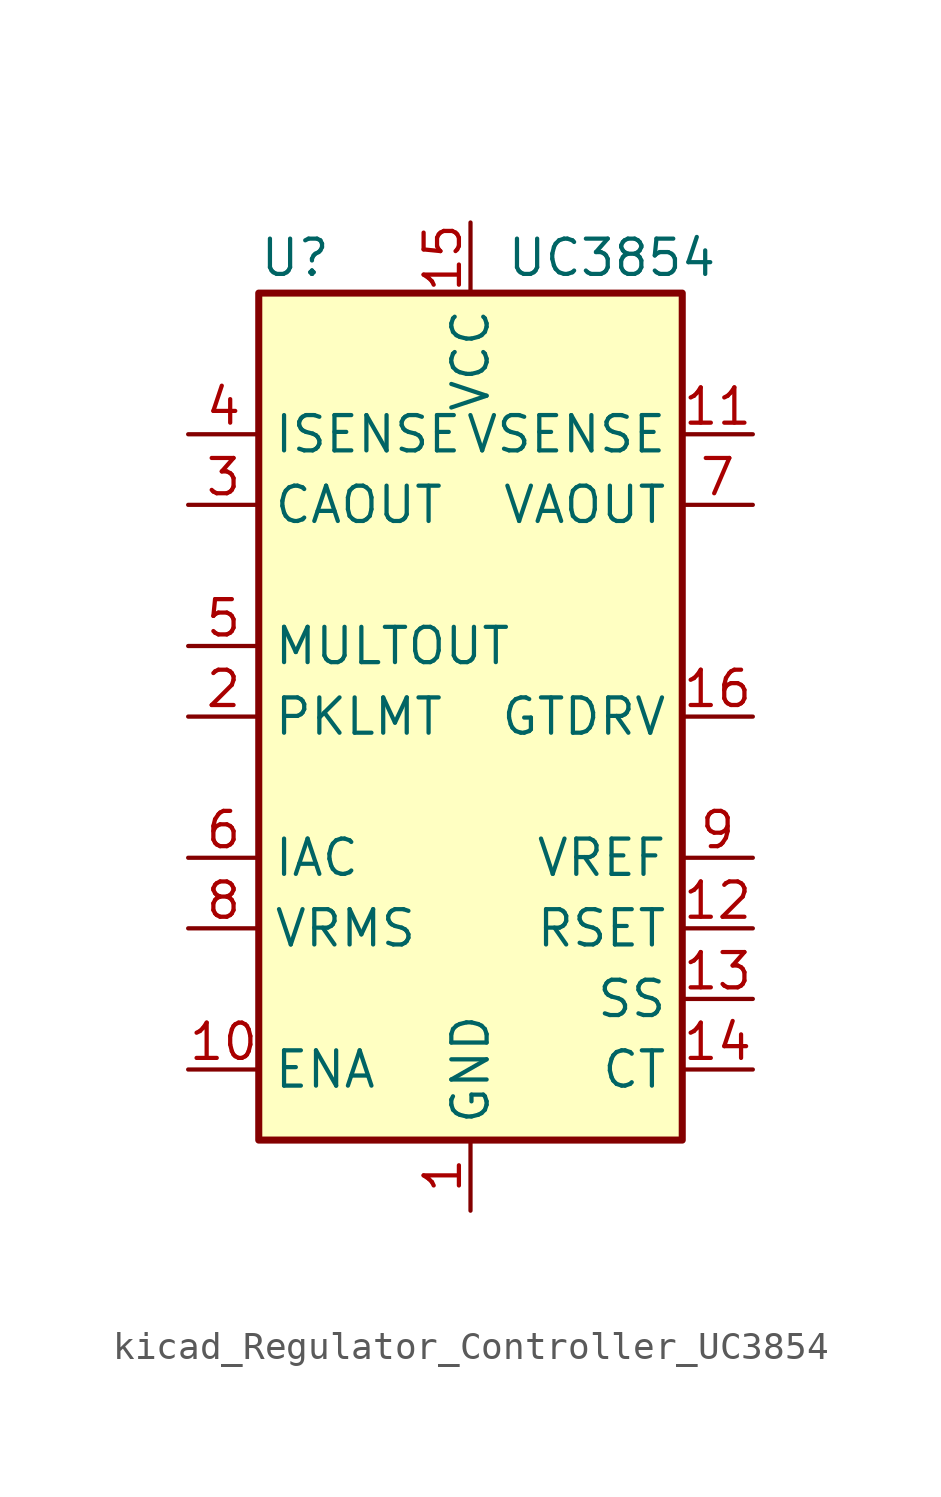
<source format=kicad_sym>
(kicad_symbol_lib
  (version 20220914)
  (generator kicad_symbol_editor)
  (symbol "kicad_Regulator_Controller_UC3854"
    (property "Reference" "U"
      (at -7.62 16.51 0)
      (effects (font (size 1.27 1.27)) (justify left)))
    (property "Value" "UC3854"
      (at 1.27 16.51 0)
      (effects (font (size 1.27 1.27)) (justify left)))
    (symbol "kicad_Regulator_Controller_UC3854_0_0"
      (rectangle (start -7.62 15.24) (end 7.62 -15.24) (stroke (width 0.254) (type default)) (fill (type background))))
    (symbol "kicad_Regulator_Controller_UC3854_1_1"
      (pin power_in line (at 0 -17.78 90) (length 2.54) (name "GND" (effects (font (size 1.27 1.27)))) (number "1" (effects (font (size 1.27 1.27)))))
      (pin input line (at -10.16 -12.7 0) (length 2.54) (name "ENA" (effects (font (size 1.27 1.27)))) (number "10" (effects (font (size 1.27 1.27)))))
      (pin input line (at 10.16 10.16 180) (length 2.54) (name "VSENSE" (effects (font (size 1.27 1.27)))) (number "11" (effects (font (size 1.27 1.27)))))
      (pin passive line (at 10.16 -7.62 180) (length 2.54) (name "RSET" (effects (font (size 1.27 1.27)))) (number "12" (effects (font (size 1.27 1.27)))))
      (pin passive line (at 10.16 -10.16 180) (length 2.54) (name "SS" (effects (font (size 1.27 1.27)))) (number "13" (effects (font (size 1.27 1.27)))))
      (pin passive line (at 10.16 -12.7 180) (length 2.54) (name "CT" (effects (font (size 1.27 1.27)))) (number "14" (effects (font (size 1.27 1.27)))))
      (pin power_in line (at 0 17.78 270) (length 2.54) (name "VCC" (effects (font (size 1.27 1.27)))) (number "15" (effects (font (size 1.27 1.27)))))
      (pin output line (at 10.16 0 180) (length 2.54) (name "GTDRV" (effects (font (size 1.27 1.27)))) (number "16" (effects (font (size 1.27 1.27)))))
      (pin input line (at -10.16 0 0) (length 2.54) (name "PKLMT" (effects (font (size 1.27 1.27)))) (number "2" (effects (font (size 1.27 1.27)))))
      (pin output line (at -10.16 7.62 0) (length 2.54) (name "CAOUT" (effects (font (size 1.27 1.27)))) (number "3" (effects (font (size 1.27 1.27)))))
      (pin input line (at -10.16 10.16 0) (length 2.54) (name "ISENSE" (effects (font (size 1.27 1.27)))) (number "4" (effects (font (size 1.27 1.27)))))
      (pin passive line (at -10.16 2.54 0) (length 2.54) (name "MULTOUT" (effects (font (size 1.27 1.27)))) (number "5" (effects (font (size 1.27 1.27)))))
      (pin input line (at -10.16 -5.08 0) (length 2.54) (name "IAC" (effects (font (size 1.27 1.27)))) (number "6" (effects (font (size 1.27 1.27)))))
      (pin output line (at 10.16 7.62 180) (length 2.54) (name "VAOUT" (effects (font (size 1.27 1.27)))) (number "7" (effects (font (size 1.27 1.27)))))
      (pin input line (at -10.16 -7.62 0) (length 2.54) (name "VRMS" (effects (font (size 1.27 1.27)))) (number "8" (effects (font (size 1.27 1.27)))))
      (pin output line (at 10.16 -5.08 180) (length 2.54) (name "VREF" (effects (font (size 1.27 1.27)))) (number "9" (effects (font (size 1.27 1.27))))))))
</source>
